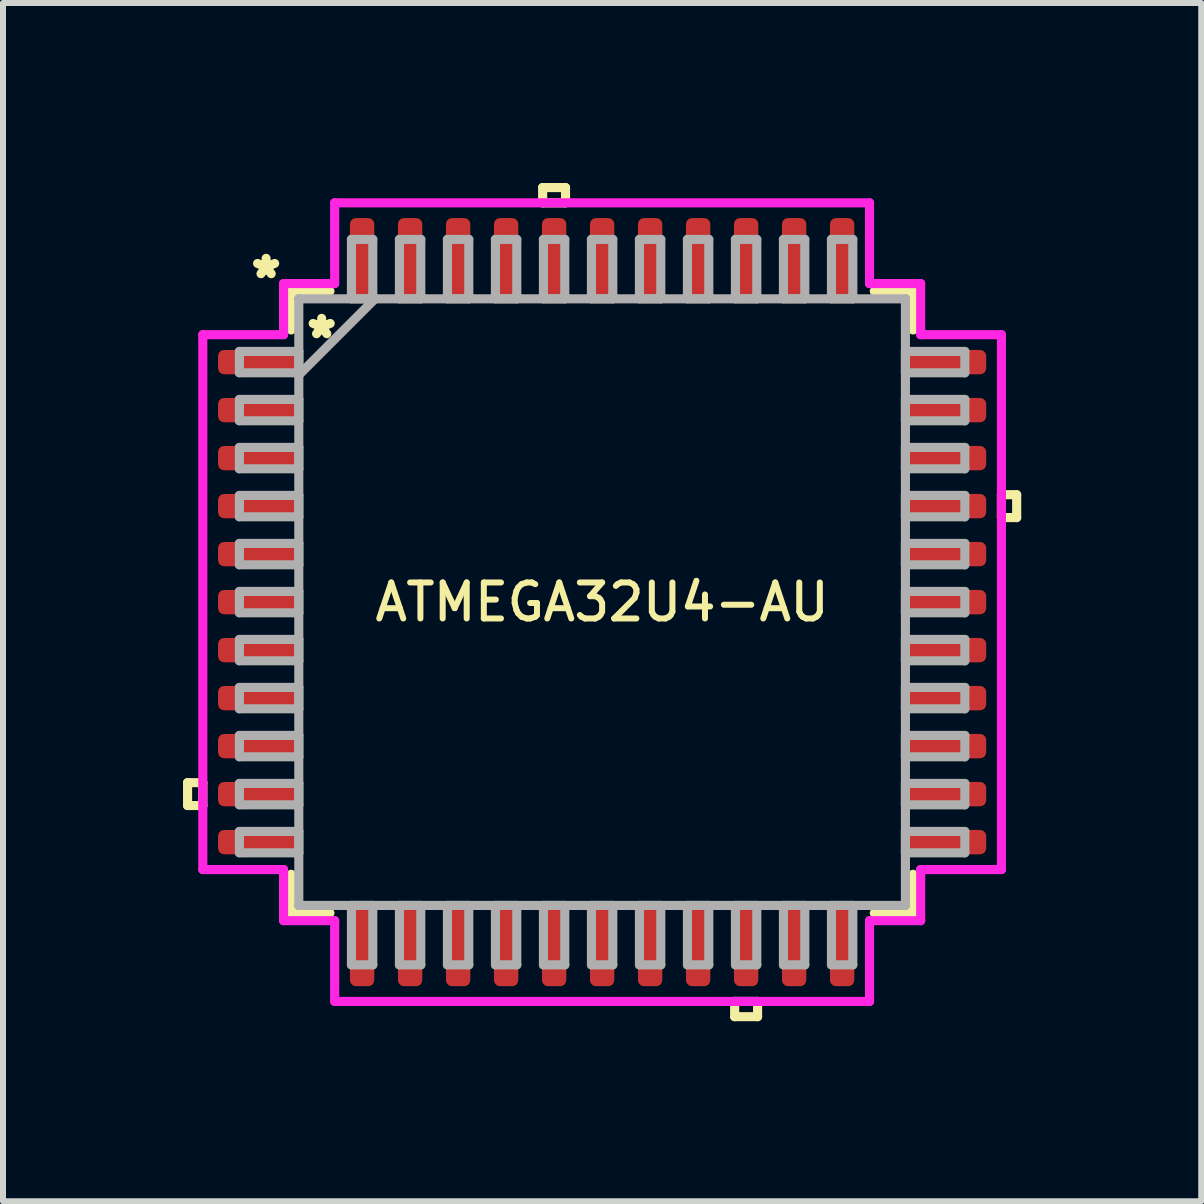
<source format=kicad_pcb>
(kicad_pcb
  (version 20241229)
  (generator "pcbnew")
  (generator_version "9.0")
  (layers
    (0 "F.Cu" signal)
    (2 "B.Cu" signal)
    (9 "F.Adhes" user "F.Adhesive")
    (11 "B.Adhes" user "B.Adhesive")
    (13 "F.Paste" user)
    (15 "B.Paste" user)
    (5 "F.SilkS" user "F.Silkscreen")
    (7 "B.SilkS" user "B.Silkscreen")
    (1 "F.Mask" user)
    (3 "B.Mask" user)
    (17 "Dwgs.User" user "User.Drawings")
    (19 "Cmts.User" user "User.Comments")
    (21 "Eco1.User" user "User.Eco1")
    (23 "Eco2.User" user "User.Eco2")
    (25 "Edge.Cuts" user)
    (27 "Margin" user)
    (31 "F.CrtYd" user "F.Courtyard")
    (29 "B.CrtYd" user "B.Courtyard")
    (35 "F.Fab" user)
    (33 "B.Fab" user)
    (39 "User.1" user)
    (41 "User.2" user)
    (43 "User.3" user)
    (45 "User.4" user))
  (footprint "ATMEGA32U4-AU"
    (layer "F.Cu")
    (at 6.985 6.985)
    (property "Reference" "ATMEGA32U4-AU" (at 0 0 0) (layer "F.SilkS") (effects (font (size 0.6 0.6) (thickness 0.1))))
    (attr smd)
    (fp_line (start -6.909 3.009) (end -6.909 3.39) (stroke (width 0.152) (type solid)) (layer "F.SilkS"))
    (fp_line (start -6.909 3.39) (end -6.655 3.39) (stroke (width 0.152) (type solid)) (layer "F.SilkS"))
    (fp_line (start -6.655 3.009) (end -6.909 3.009) (stroke (width 0.152) (type solid)) (layer "F.SilkS"))
    (fp_line (start -6.655 3.39) (end -6.655 3.009) (stroke (width 0.152) (type solid)) (layer "F.SilkS"))
    (fp_line (start -5.182 -5.182) (end -5.182 -4.536) (stroke (width 0.152) (type solid)) (layer "F.SilkS"))
    (fp_line (start -5.182 4.536) (end -5.182 5.182) (stroke (width 0.152) (type solid)) (layer "F.SilkS"))
    (fp_line (start -5.182 5.182) (end -4.536 5.182) (stroke (width 0.152) (type solid)) (layer "F.SilkS"))
    (fp_line (start -4.536 -5.182) (end -5.182 -5.182) (stroke (width 0.152) (type solid)) (layer "F.SilkS"))
    (fp_line (start -0.991 -6.909) (end -0.61 -6.909) (stroke (width 0.152) (type solid)) (layer "F.SilkS"))
    (fp_line (start -0.991 -6.655) (end -0.991 -6.909) (stroke (width 0.152) (type solid)) (layer "F.SilkS"))
    (fp_line (start -0.61 -6.909) (end -0.61 -6.655) (stroke (width 0.152) (type solid)) (layer "F.SilkS"))
    (fp_line (start -0.61 -6.655) (end -0.991 -6.655) (stroke (width 0.152) (type solid)) (layer "F.SilkS"))
    (fp_line (start 2.209 6.655) (end 2.209 6.909) (stroke (width 0.152) (type solid)) (layer "F.SilkS"))
    (fp_line (start 2.209 6.909) (end 2.591 6.909) (stroke (width 0.152) (type solid)) (layer "F.SilkS"))
    (fp_line (start 2.591 6.655) (end 2.209 6.655) (stroke (width 0.152) (type solid)) (layer "F.SilkS"))
    (fp_line (start 2.591 6.909) (end 2.591 6.655) (stroke (width 0.152) (type solid)) (layer "F.SilkS"))
    (fp_line (start 4.536 5.182) (end 5.182 5.182) (stroke (width 0.152) (type solid)) (layer "F.SilkS"))
    (fp_line (start 5.182 -5.182) (end 4.536 -5.182) (stroke (width 0.152) (type solid)) (layer "F.SilkS"))
    (fp_line (start 5.182 -4.536) (end 5.182 -5.182) (stroke (width 0.152) (type solid)) (layer "F.SilkS"))
    (fp_line (start 5.182 5.182) (end 5.182 4.536) (stroke (width 0.152) (type solid)) (layer "F.SilkS"))
    (fp_line (start 6.655 -1.79) (end 6.909 -1.79) (stroke (width 0.152) (type solid)) (layer "F.SilkS"))
    (fp_line (start 6.655 -1.409) (end 6.655 -1.79) (stroke (width 0.152) (type solid)) (layer "F.SilkS"))
    (fp_line (start 6.909 -1.79) (end 6.909 -1.409) (stroke (width 0.152) (type solid)) (layer "F.SilkS"))
    (fp_line (start 6.909 -1.409) (end 6.655 -1.409) (stroke (width 0.152) (type solid)) (layer "F.SilkS"))
    (fp_line (start -6.655 -4.457) (end -5.309 -4.457) (stroke (width 0.152) (type solid)) (layer "F.CrtYd"))
    (fp_line (start -6.655 4.457) (end -6.655 -4.457) (stroke (width 0.152) (type solid)) (layer "F.CrtYd"))
    (fp_line (start -5.309 -5.309) (end -4.457 -5.309) (stroke (width 0.152) (type solid)) (layer "F.CrtYd"))
    (fp_line (start -5.309 -4.457) (end -5.309 -5.309) (stroke (width 0.152) (type solid)) (layer "F.CrtYd"))
    (fp_line (start -5.309 4.457) (end -6.655 4.457) (stroke (width 0.152) (type solid)) (layer "F.CrtYd"))
    (fp_line (start -5.309 5.309) (end -5.309 4.457) (stroke (width 0.152) (type solid)) (layer "F.CrtYd"))
    (fp_line (start -4.457 -6.655) (end 4.457 -6.655) (stroke (width 0.152) (type solid)) (layer "F.CrtYd"))
    (fp_line (start -4.457 -5.309) (end -4.457 -6.655) (stroke (width 0.152) (type solid)) (layer "F.CrtYd"))
    (fp_line (start -4.457 5.309) (end -5.309 5.309) (stroke (width 0.152) (type solid)) (layer "F.CrtYd"))
    (fp_line (start -4.457 6.655) (end -4.457 5.309) (stroke (width 0.152) (type solid)) (layer "F.CrtYd"))
    (fp_line (start 4.457 -6.655) (end 4.457 -5.309) (stroke (width 0.152) (type solid)) (layer "F.CrtYd"))
    (fp_line (start 4.457 -5.309) (end 5.309 -5.309) (stroke (width 0.152) (type solid)) (layer "F.CrtYd"))
    (fp_line (start 4.457 5.309) (end 4.457 6.655) (stroke (width 0.152) (type solid)) (layer "F.CrtYd"))
    (fp_line (start 4.457 6.655) (end -4.457 6.655) (stroke (width 0.152) (type solid)) (layer "F.CrtYd"))
    (fp_line (start 5.309 -5.309) (end 5.309 -4.457) (stroke (width 0.152) (type solid)) (layer "F.CrtYd"))
    (fp_line (start 5.309 -4.457) (end 6.655 -4.457) (stroke (width 0.152) (type solid)) (layer "F.CrtYd"))
    (fp_line (start 5.309 4.457) (end 5.309 5.309) (stroke (width 0.152) (type solid)) (layer "F.CrtYd"))
    (fp_line (start 5.309 5.309) (end 4.457 5.309) (stroke (width 0.152) (type solid)) (layer "F.CrtYd"))
    (fp_line (start 6.655 -4.457) (end 6.655 4.457) (stroke (width 0.152) (type solid)) (layer "F.CrtYd"))
    (fp_line (start 6.655 4.457) (end 5.309 4.457) (stroke (width 0.152) (type solid)) (layer "F.CrtYd"))
    (fp_line (start -6.045 -4.178) (end -6.045 -3.822) (stroke (width 0.152) (type solid)) (layer "F.Fab"))
    (fp_line (start -6.045 -3.822) (end -5.055 -3.822) (stroke (width 0.152) (type solid)) (layer "F.Fab"))
    (fp_line (start -6.045 -3.378) (end -6.045 -3.022) (stroke (width 0.152) (type solid)) (layer "F.Fab"))
    (fp_line (start -6.045 -3.022) (end -5.055 -3.022) (stroke (width 0.152) (type solid)) (layer "F.Fab"))
    (fp_line (start -6.045 -2.578) (end -6.045 -2.222) (stroke (width 0.152) (type solid)) (layer "F.Fab"))
    (fp_line (start -6.045 -2.222) (end -5.055 -2.222) (stroke (width 0.152) (type solid)) (layer "F.Fab"))
    (fp_line (start -6.045 -1.778) (end -6.045 -1.422) (stroke (width 0.152) (type solid)) (layer "F.Fab"))
    (fp_line (start -6.045 -1.422) (end -5.055 -1.422) (stroke (width 0.152) (type solid)) (layer "F.Fab"))
    (fp_line (start -6.045 -0.978) (end -6.045 -0.622) (stroke (width 0.152) (type solid)) (layer "F.Fab"))
    (fp_line (start -6.045 -0.622) (end -5.055 -0.622) (stroke (width 0.152) (type solid)) (layer "F.Fab"))
    (fp_line (start -6.045 -0.178) (end -6.045 0.178) (stroke (width 0.152) (type solid)) (layer "F.Fab"))
    (fp_line (start -6.045 0.178) (end -5.055 0.178) (stroke (width 0.152) (type solid)) (layer "F.Fab"))
    (fp_line (start -6.045 0.622) (end -6.045 0.978) (stroke (width 0.152) (type solid)) (layer "F.Fab"))
    (fp_line (start -6.045 0.978) (end -5.055 0.978) (stroke (width 0.152) (type solid)) (layer "F.Fab"))
    (fp_line (start -6.045 1.422) (end -6.045 1.778) (stroke (width 0.152) (type solid)) (layer "F.Fab"))
    (fp_line (start -6.045 1.778) (end -5.055 1.778) (stroke (width 0.152) (type solid)) (layer "F.Fab"))
    (fp_line (start -6.045 2.222) (end -6.045 2.578) (stroke (width 0.152) (type solid)) (layer "F.Fab"))
    (fp_line (start -6.045 2.578) (end -5.055 2.578) (stroke (width 0.152) (type solid)) (layer "F.Fab"))
    (fp_line (start -6.045 3.022) (end -6.045 3.378) (stroke (width 0.152) (type solid)) (layer "F.Fab"))
    (fp_line (start -6.045 3.378) (end -5.055 3.378) (stroke (width 0.152) (type solid)) (layer "F.Fab"))
    (fp_line (start -6.045 3.822) (end -6.045 4.178) (stroke (width 0.152) (type solid)) (layer "F.Fab"))
    (fp_line (start -6.045 4.178) (end -5.055 4.178) (stroke (width 0.152) (type solid)) (layer "F.Fab"))
    (fp_line (start -5.055 -5.055) (end -5.055 -5.055) (stroke (width 0.152) (type solid)) (layer "F.Fab"))
    (fp_line (start -5.055 -5.055) (end -5.055 5.055) (stroke (width 0.152) (type solid)) (layer "F.Fab"))
    (fp_line (start -5.055 -4.178) (end -6.045 -4.178) (stroke (width 0.152) (type solid)) (layer "F.Fab"))
    (fp_line (start -5.055 -3.822) (end -5.055 -4.178) (stroke (width 0.152) (type solid)) (layer "F.Fab"))
    (fp_line (start -5.055 -3.785) (end -3.785 -5.055) (stroke (width 0.152) (type solid)) (layer "F.Fab"))
    (fp_line (start -5.055 -3.378) (end -6.045 -3.378) (stroke (width 0.152) (type solid)) (layer "F.Fab"))
    (fp_line (start -5.055 -3.022) (end -5.055 -3.378) (stroke (width 0.152) (type solid)) (layer "F.Fab"))
    (fp_line (start -5.055 -2.578) (end -6.045 -2.578) (stroke (width 0.152) (type solid)) (layer "F.Fab"))
    (fp_line (start -5.055 -2.222) (end -5.055 -2.578) (stroke (width 0.152) (type solid)) (layer "F.Fab"))
    (fp_line (start -5.055 -1.778) (end -6.045 -1.778) (stroke (width 0.152) (type solid)) (layer "F.Fab"))
    (fp_line (start -5.055 -1.422) (end -5.055 -1.778) (stroke (width 0.152) (type solid)) (layer "F.Fab"))
    (fp_line (start -5.055 -0.978) (end -6.045 -0.978) (stroke (width 0.152) (type solid)) (layer "F.Fab"))
    (fp_line (start -5.055 -0.622) (end -5.055 -0.978) (stroke (width 0.152) (type solid)) (layer "F.Fab"))
    (fp_line (start -5.055 -0.178) (end -6.045 -0.178) (stroke (width 0.152) (type solid)) (layer "F.Fab"))
    (fp_line (start -5.055 0.178) (end -5.055 -0.178) (stroke (width 0.152) (type solid)) (layer "F.Fab"))
    (fp_line (start -5.055 0.622) (end -6.045 0.622) (stroke (width 0.152) (type solid)) (layer "F.Fab"))
    (fp_line (start -5.055 0.978) (end -5.055 0.622) (stroke (width 0.152) (type solid)) (layer "F.Fab"))
    (fp_line (start -5.055 1.422) (end -6.045 1.422) (stroke (width 0.152) (type solid)) (layer "F.Fab"))
    (fp_line (start -5.055 1.778) (end -5.055 1.422) (stroke (width 0.152) (type solid)) (layer "F.Fab"))
    (fp_line (start -5.055 2.222) (end -6.045 2.222) (stroke (width 0.152) (type solid)) (layer "F.Fab"))
    (fp_line (start -5.055 2.578) (end -5.055 2.222) (stroke (width 0.152) (type solid)) (layer "F.Fab"))
    (fp_line (start -5.055 3.022) (end -6.045 3.022) (stroke (width 0.152) (type solid)) (layer "F.Fab"))
    (fp_line (start -5.055 3.378) (end -5.055 3.022) (stroke (width 0.152) (type solid)) (layer "F.Fab"))
    (fp_line (start -5.055 3.822) (end -6.045 3.822) (stroke (width 0.152) (type solid)) (layer "F.Fab"))
    (fp_line (start -5.055 4.178) (end -5.055 3.822) (stroke (width 0.152) (type solid)) (layer "F.Fab"))
    (fp_line (start -5.055 5.055) (end -5.055 5.055) (stroke (width 0.152) (type solid)) (layer "F.Fab"))
    (fp_line (start -5.055 5.055) (end 5.055 5.055) (stroke (width 0.152) (type solid)) (layer "F.Fab"))
    (fp_line (start -4.178 5.055) (end -4.178 6.045) (stroke (width 0.152) (type solid)) (layer "F.Fab"))
    (fp_line (start -4.178 6.045) (end -3.822 6.045) (stroke (width 0.152) (type solid)) (layer "F.Fab"))
    (fp_line (start -4.178 -6.045) (end -4.178 -5.055) (stroke (width 0.152) (type solid)) (layer "F.Fab"))
    (fp_line (start -4.178 -5.055) (end -3.822 -5.055) (stroke (width 0.152) (type solid)) (layer "F.Fab"))
    (fp_line (start -3.822 5.055) (end -4.178 5.055) (stroke (width 0.152) (type solid)) (layer "F.Fab"))
    (fp_line (start -3.822 6.045) (end -3.822 5.055) (stroke (width 0.152) (type solid)) (layer "F.Fab"))
    (fp_line (start -3.822 -6.045) (end -4.178 -6.045) (stroke (width 0.152) (type solid)) (layer "F.Fab"))
    (fp_line (start -3.822 -5.055) (end -3.822 -6.045) (stroke (width 0.152) (type solid)) (layer "F.Fab"))
    (fp_line (start -3.378 -6.045) (end -3.378 -5.055) (stroke (width 0.152) (type solid)) (layer "F.Fab"))
    (fp_line (start -3.378 -5.055) (end -3.022 -5.055) (stroke (width 0.152) (type solid)) (layer "F.Fab"))
    (fp_line (start -3.378 5.055) (end -3.378 6.045) (stroke (width 0.152) (type solid)) (layer "F.Fab"))
    (fp_line (start -3.378 6.045) (end -3.022 6.045) (stroke (width 0.152) (type solid)) (layer "F.Fab"))
    (fp_line (start -3.022 -6.045) (end -3.378 -6.045) (stroke (width 0.152) (type solid)) (layer "F.Fab"))
    (fp_line (start -3.022 -5.055) (end -3.022 -6.045) (stroke (width 0.152) (type solid)) (layer "F.Fab"))
    (fp_line (start -3.022 5.055) (end -3.378 5.055) (stroke (width 0.152) (type solid)) (layer "F.Fab"))
    (fp_line (start -3.022 6.045) (end -3.022 5.055) (stroke (width 0.152) (type solid)) (layer "F.Fab"))
    (fp_line (start -2.578 -6.045) (end -2.578 -5.055) (stroke (width 0.152) (type solid)) (layer "F.Fab"))
    (fp_line (start -2.578 -5.055) (end -2.222 -5.055) (stroke (width 0.152) (type solid)) (layer "F.Fab"))
    (fp_line (start -2.578 5.055) (end -2.578 6.045) (stroke (width 0.152) (type solid)) (layer "F.Fab"))
    (fp_line (start -2.578 6.045) (end -2.222 6.045) (stroke (width 0.152) (type solid)) (layer "F.Fab"))
    (fp_line (start -2.222 -6.045) (end -2.578 -6.045) (stroke (width 0.152) (type solid)) (layer "F.Fab"))
    (fp_line (start -2.222 -5.055) (end -2.222 -6.045) (stroke (width 0.152) (type solid)) (layer "F.Fab"))
    (fp_line (start -2.222 5.055) (end -2.578 5.055) (stroke (width 0.152) (type solid)) (layer "F.Fab"))
    (fp_line (start -2.222 6.045) (end -2.222 5.055) (stroke (width 0.152) (type solid)) (layer "F.Fab"))
    (fp_line (start -1.778 -6.045) (end -1.778 -5.055) (stroke (width 0.152) (type solid)) (layer "F.Fab"))
    (fp_line (start -1.778 -5.055) (end -1.422 -5.055) (stroke (width 0.152) (type solid)) (layer "F.Fab"))
    (fp_line (start -1.778 5.055) (end -1.778 6.045) (stroke (width 0.152) (type solid)) (layer "F.Fab"))
    (fp_line (start -1.778 6.045) (end -1.422 6.045) (stroke (width 0.152) (type solid)) (layer "F.Fab"))
    (fp_line (start -1.422 -6.045) (end -1.778 -6.045) (stroke (width 0.152) (type solid)) (layer "F.Fab"))
    (fp_line (start -1.422 -5.055) (end -1.422 -6.045) (stroke (width 0.152) (type solid)) (layer "F.Fab"))
    (fp_line (start -1.422 5.055) (end -1.778 5.055) (stroke (width 0.152) (type solid)) (layer "F.Fab"))
    (fp_line (start -1.422 6.045) (end -1.422 5.055) (stroke (width 0.152) (type solid)) (layer "F.Fab"))
    (fp_line (start -0.978 -6.045) (end -0.978 -5.055) (stroke (width 0.152) (type solid)) (layer "F.Fab"))
    (fp_line (start -0.978 -5.055) (end -0.622 -5.055) (stroke (width 0.152) (type solid)) (layer "F.Fab"))
    (fp_line (start -0.978 5.055) (end -0.978 6.045) (stroke (width 0.152) (type solid)) (layer "F.Fab"))
    (fp_line (start -0.978 6.045) (end -0.622 6.045) (stroke (width 0.152) (type solid)) (layer "F.Fab"))
    (fp_line (start -0.622 -6.045) (end -0.978 -6.045) (stroke (width 0.152) (type solid)) (layer "F.Fab"))
    (fp_line (start -0.622 -5.055) (end -0.622 -6.045) (stroke (width 0.152) (type solid)) (layer "F.Fab"))
    (fp_line (start -0.622 5.055) (end -0.978 5.055) (stroke (width 0.152) (type solid)) (layer "F.Fab"))
    (fp_line (start -0.622 6.045) (end -0.622 5.055) (stroke (width 0.152) (type solid)) (layer "F.Fab"))
    (fp_line (start -0.178 -6.045) (end -0.178 -5.055) (stroke (width 0.152) (type solid)) (layer "F.Fab"))
    (fp_line (start -0.178 -5.055) (end 0.178 -5.055) (stroke (width 0.152) (type solid)) (layer "F.Fab"))
    (fp_line (start -0.178 5.055) (end -0.178 6.045) (stroke (width 0.152) (type solid)) (layer "F.Fab"))
    (fp_line (start -0.178 6.045) (end 0.178 6.045) (stroke (width 0.152) (type solid)) (layer "F.Fab"))
    (fp_line (start 0.178 -6.045) (end -0.178 -6.045) (stroke (width 0.152) (type solid)) (layer "F.Fab"))
    (fp_line (start 0.178 -5.055) (end 0.178 -6.045) (stroke (width 0.152) (type solid)) (layer "F.Fab"))
    (fp_line (start 0.178 5.055) (end -0.178 5.055) (stroke (width 0.152) (type solid)) (layer "F.Fab"))
    (fp_line (start 0.178 6.045) (end 0.178 5.055) (stroke (width 0.152) (type solid)) (layer "F.Fab"))
    (fp_line (start 0.622 -6.045) (end 0.622 -5.055) (stroke (width 0.152) (type solid)) (layer "F.Fab"))
    (fp_line (start 0.622 -5.055) (end 0.978 -5.055) (stroke (width 0.152) (type solid)) (layer "F.Fab"))
    (fp_line (start 0.622 5.055) (end 0.622 6.045) (stroke (width 0.152) (type solid)) (layer "F.Fab"))
    (fp_line (start 0.622 6.045) (end 0.978 6.045) (stroke (width 0.152) (type solid)) (layer "F.Fab"))
    (fp_line (start 0.978 -6.045) (end 0.622 -6.045) (stroke (width 0.152) (type solid)) (layer "F.Fab"))
    (fp_line (start 0.978 -5.055) (end 0.978 -6.045) (stroke (width 0.152) (type solid)) (layer "F.Fab"))
    (fp_line (start 0.978 5.055) (end 0.622 5.055) (stroke (width 0.152) (type solid)) (layer "F.Fab"))
    (fp_line (start 0.978 6.045) (end 0.978 5.055) (stroke (width 0.152) (type solid)) (layer "F.Fab"))
    (fp_line (start 1.422 -6.045) (end 1.422 -5.055) (stroke (width 0.152) (type solid)) (layer "F.Fab"))
    (fp_line (start 1.422 -5.055) (end 1.778 -5.055) (stroke (width 0.152) (type solid)) (layer "F.Fab"))
    (fp_line (start 1.422 5.055) (end 1.422 6.045) (stroke (width 0.152) (type solid)) (layer "F.Fab"))
    (fp_line (start 1.422 6.045) (end 1.778 6.045) (stroke (width 0.152) (type solid)) (layer "F.Fab"))
    (fp_line (start 1.778 -6.045) (end 1.422 -6.045) (stroke (width 0.152) (type solid)) (layer "F.Fab"))
    (fp_line (start 1.778 -5.055) (end 1.778 -6.045) (stroke (width 0.152) (type solid)) (layer "F.Fab"))
    (fp_line (start 1.778 5.055) (end 1.422 5.055) (stroke (width 0.152) (type solid)) (layer "F.Fab"))
    (fp_line (start 1.778 6.045) (end 1.778 5.055) (stroke (width 0.152) (type solid)) (layer "F.Fab"))
    (fp_line (start 2.222 -6.045) (end 2.222 -5.055) (stroke (width 0.152) (type solid)) (layer "F.Fab"))
    (fp_line (start 2.222 -5.055) (end 2.578 -5.055) (stroke (width 0.152) (type solid)) (layer "F.Fab"))
    (fp_line (start 2.222 5.055) (end 2.222 6.045) (stroke (width 0.152) (type solid)) (layer "F.Fab"))
    (fp_line (start 2.222 6.045) (end 2.578 6.045) (stroke (width 0.152) (type solid)) (layer "F.Fab"))
    (fp_line (start 2.578 -6.045) (end 2.222 -6.045) (stroke (width 0.152) (type solid)) (layer "F.Fab"))
    (fp_line (start 2.578 -5.055) (end 2.578 -6.045) (stroke (width 0.152) (type solid)) (layer "F.Fab"))
    (fp_line (start 2.578 5.055) (end 2.222 5.055) (stroke (width 0.152) (type solid)) (layer "F.Fab"))
    (fp_line (start 2.578 6.045) (end 2.578 5.055) (stroke (width 0.152) (type solid)) (layer "F.Fab"))
    (fp_line (start 3.022 -6.045) (end 3.022 -5.055) (stroke (width 0.152) (type solid)) (layer "F.Fab"))
    (fp_line (start 3.022 -5.055) (end 3.378 -5.055) (stroke (width 0.152) (type solid)) (layer "F.Fab"))
    (fp_line (start 3.022 5.055) (end 3.022 6.045) (stroke (width 0.152) (type solid)) (layer "F.Fab"))
    (fp_line (start 3.022 6.045) (end 3.378 6.045) (stroke (width 0.152) (type solid)) (layer "F.Fab"))
    (fp_line (start 3.378 -6.045) (end 3.022 -6.045) (stroke (width 0.152) (type solid)) (layer "F.Fab"))
    (fp_line (start 3.378 -5.055) (end 3.378 -6.045) (stroke (width 0.152) (type solid)) (layer "F.Fab"))
    (fp_line (start 3.378 5.055) (end 3.022 5.055) (stroke (width 0.152) (type solid)) (layer "F.Fab"))
    (fp_line (start 3.378 6.045) (end 3.378 5.055) (stroke (width 0.152) (type solid)) (layer "F.Fab"))
    (fp_line (start 3.822 5.055) (end 3.822 6.045) (stroke (width 0.152) (type solid)) (layer "F.Fab"))
    (fp_line (start 3.822 6.045) (end 4.178 6.045) (stroke (width 0.152) (type solid)) (layer "F.Fab"))
    (fp_line (start 3.822 -6.045) (end 3.822 -5.055) (stroke (width 0.152) (type solid)) (layer "F.Fab"))
    (fp_line (start 3.822 -5.055) (end 4.178 -5.055) (stroke (width 0.152) (type solid)) (layer "F.Fab"))
    (fp_line (start 4.178 5.055) (end 3.822 5.055) (stroke (width 0.152) (type solid)) (layer "F.Fab"))
    (fp_line (start 4.178 6.045) (end 4.178 5.055) (stroke (width 0.152) (type solid)) (layer "F.Fab"))
    (fp_line (start 4.178 -6.045) (end 3.822 -6.045) (stroke (width 0.152) (type solid)) (layer "F.Fab"))
    (fp_line (start 4.178 -5.055) (end 4.178 -6.045) (stroke (width 0.152) (type solid)) (layer "F.Fab"))
    (fp_line (start 5.055 -5.055) (end -5.055 -5.055) (stroke (width 0.152) (type solid)) (layer "F.Fab"))
    (fp_line (start 5.055 -5.055) (end 5.055 -5.055) (stroke (width 0.152) (type solid)) (layer "F.Fab"))
    (fp_line (start 5.055 -4.178) (end 5.055 -3.822) (stroke (width 0.152) (type solid)) (layer "F.Fab"))
    (fp_line (start 5.055 -3.822) (end 6.045 -3.822) (stroke (width 0.152) (type solid)) (layer "F.Fab"))
    (fp_line (start 5.055 -3.378) (end 5.055 -3.022) (stroke (width 0.152) (type solid)) (layer "F.Fab"))
    (fp_line (start 5.055 -3.022) (end 6.045 -3.022) (stroke (width 0.152) (type solid)) (layer "F.Fab"))
    (fp_line (start 5.055 -2.578) (end 5.055 -2.222) (stroke (width 0.152) (type solid)) (layer "F.Fab"))
    (fp_line (start 5.055 -2.222) (end 6.045 -2.222) (stroke (width 0.152) (type solid)) (layer "F.Fab"))
    (fp_line (start 5.055 -1.778) (end 5.055 -1.422) (stroke (width 0.152) (type solid)) (layer "F.Fab"))
    (fp_line (start 5.055 -1.422) (end 6.045 -1.422) (stroke (width 0.152) (type solid)) (layer "F.Fab"))
    (fp_line (start 5.055 -0.978) (end 5.055 -0.622) (stroke (width 0.152) (type solid)) (layer "F.Fab"))
    (fp_line (start 5.055 -0.622) (end 6.045 -0.622) (stroke (width 0.152) (type solid)) (layer "F.Fab"))
    (fp_line (start 5.055 -0.178) (end 5.055 0.178) (stroke (width 0.152) (type solid)) (layer "F.Fab"))
    (fp_line (start 5.055 0.178) (end 6.045 0.178) (stroke (width 0.152) (type solid)) (layer "F.Fab"))
    (fp_line (start 5.055 0.622) (end 5.055 0.978) (stroke (width 0.152) (type solid)) (layer "F.Fab"))
    (fp_line (start 5.055 0.978) (end 6.045 0.978) (stroke (width 0.152) (type solid)) (layer "F.Fab"))
    (fp_line (start 5.055 1.422) (end 5.055 1.778) (stroke (width 0.152) (type solid)) (layer "F.Fab"))
    (fp_line (start 5.055 1.778) (end 6.045 1.778) (stroke (width 0.152) (type solid)) (layer "F.Fab"))
    (fp_line (start 5.055 2.222) (end 5.055 2.578) (stroke (width 0.152) (type solid)) (layer "F.Fab"))
    (fp_line (start 5.055 2.578) (end 6.045 2.578) (stroke (width 0.152) (type solid)) (layer "F.Fab"))
    (fp_line (start 5.055 3.022) (end 5.055 3.378) (stroke (width 0.152) (type solid)) (layer "F.Fab"))
    (fp_line (start 5.055 3.378) (end 6.045 3.378) (stroke (width 0.152) (type solid)) (layer "F.Fab"))
    (fp_line (start 5.055 3.822) (end 5.055 4.178) (stroke (width 0.152) (type solid)) (layer "F.Fab"))
    (fp_line (start 5.055 4.178) (end 6.045 4.178) (stroke (width 0.152) (type solid)) (layer "F.Fab"))
    (fp_line (start 5.055 5.055) (end 5.055 -5.055) (stroke (width 0.152) (type solid)) (layer "F.Fab"))
    (fp_line (start 5.055 5.055) (end 5.055 5.055) (stroke (width 0.152) (type solid)) (layer "F.Fab"))
    (fp_line (start 6.045 -4.178) (end 5.055 -4.178) (stroke (width 0.152) (type solid)) (layer "F.Fab"))
    (fp_line (start 6.045 -3.822) (end 6.045 -4.178) (stroke (width 0.152) (type solid)) (layer "F.Fab"))
    (fp_line (start 6.045 -3.378) (end 5.055 -3.378) (stroke (width 0.152) (type solid)) (layer "F.Fab"))
    (fp_line (start 6.045 -3.022) (end 6.045 -3.378) (stroke (width 0.152) (type solid)) (layer "F.Fab"))
    (fp_line (start 6.045 -2.578) (end 5.055 -2.578) (stroke (width 0.152) (type solid)) (layer "F.Fab"))
    (fp_line (start 6.045 -2.222) (end 6.045 -2.578) (stroke (width 0.152) (type solid)) (layer "F.Fab"))
    (fp_line (start 6.045 -1.778) (end 5.055 -1.778) (stroke (width 0.152) (type solid)) (layer "F.Fab"))
    (fp_line (start 6.045 -1.422) (end 6.045 -1.778) (stroke (width 0.152) (type solid)) (layer "F.Fab"))
    (fp_line (start 6.045 -0.978) (end 5.055 -0.978) (stroke (width 0.152) (type solid)) (layer "F.Fab"))
    (fp_line (start 6.045 -0.622) (end 6.045 -0.978) (stroke (width 0.152) (type solid)) (layer "F.Fab"))
    (fp_line (start 6.045 -0.178) (end 5.055 -0.178) (stroke (width 0.152) (type solid)) (layer "F.Fab"))
    (fp_line (start 6.045 0.178) (end 6.045 -0.178) (stroke (width 0.152) (type solid)) (layer "F.Fab"))
    (fp_line (start 6.045 0.622) (end 5.055 0.622) (stroke (width 0.152) (type solid)) (layer "F.Fab"))
    (fp_line (start 6.045 0.978) (end 6.045 0.622) (stroke (width 0.152) (type solid)) (layer "F.Fab"))
    (fp_line (start 6.045 1.422) (end 5.055 1.422) (stroke (width 0.152) (type solid)) (layer "F.Fab"))
    (fp_line (start 6.045 1.778) (end 6.045 1.422) (stroke (width 0.152) (type solid)) (layer "F.Fab"))
    (fp_line (start 6.045 2.222) (end 5.055 2.222) (stroke (width 0.152) (type solid)) (layer "F.Fab"))
    (fp_line (start 6.045 2.578) (end 6.045 2.222) (stroke (width 0.152) (type solid)) (layer "F.Fab"))
    (fp_line (start 6.045 3.022) (end 5.055 3.022) (stroke (width 0.152) (type solid)) (layer "F.Fab"))
    (fp_line (start 6.045 3.378) (end 6.045 3.022) (stroke (width 0.152) (type solid)) (layer "F.Fab"))
    (fp_line (start 6.045 3.822) (end 5.055 3.822) (stroke (width 0.152) (type solid)) (layer "F.Fab"))
    (fp_line (start 6.045 4.178) (end 6.045 3.822) (stroke (width 0.152) (type solid)) (layer "F.Fab"))
    (fp_text user "*" (at -4.674 -4.4 0) (layer "F.SilkS") (effects (font (size 0.6 0.6) (thickness 0.15))))
    (fp_text user "*" (at -5.6 -5.4 0) (layer "F.SilkS") (effects (font (size 0.6 0.6) (thickness 0.15))))
    (pad "1" smd roundrect (at -5.728 -4 90) (size 0.406 1.346) (layers "F.Cu" "F.Mask" "F.Paste") (roundrect_rratio 0.25))
    (pad "2" smd roundrect (at -5.728 -3.2 90) (size 0.406 1.346) (layers "F.Cu" "F.Mask" "F.Paste") (roundrect_rratio 0.25))
    (pad "3" smd roundrect (at -5.728 -2.4 90) (size 0.406 1.346) (layers "F.Cu" "F.Mask" "F.Paste") (roundrect_rratio 0.25))
    (pad "4" smd roundrect (at -5.728 -1.6 90) (size 0.406 1.346) (layers "F.Cu" "F.Mask" "F.Paste") (roundrect_rratio 0.25))
    (pad "5" smd roundrect (at -5.728 -0.8 90) (size 0.406 1.346) (layers "F.Cu" "F.Mask" "F.Paste") (roundrect_rratio 0.25))
    (pad "6" smd roundrect (at -5.728 0 90) (size 0.406 1.346) (layers "F.Cu" "F.Mask" "F.Paste") (roundrect_rratio 0.25))
    (pad "7" smd roundrect (at -5.728 0.8 90) (size 0.406 1.346) (layers "F.Cu" "F.Mask" "F.Paste") (roundrect_rratio 0.25))
    (pad "8" smd roundrect (at -5.728 1.6 90) (size 0.406 1.346) (layers "F.Cu" "F.Mask" "F.Paste") (roundrect_rratio 0.25))
    (pad "9" smd roundrect (at -5.728 2.4 90) (size 0.406 1.346) (layers "F.Cu" "F.Mask" "F.Paste") (roundrect_rratio 0.25))
    (pad "10" smd roundrect (at -5.728 3.2 90) (size 0.406 1.346) (layers "F.Cu" "F.Mask" "F.Paste") (roundrect_rratio 0.25))
    (pad "11" smd roundrect (at -5.728 4 90) (size 0.406 1.346) (layers "F.Cu" "F.Mask" "F.Paste") (roundrect_rratio 0.25))
    (pad "12" smd roundrect (at -4 5.728) (size 0.406 1.346) (layers "F.Cu" "F.Mask" "F.Paste") (roundrect_rratio 0.25))
    (pad "13" smd roundrect (at -3.2 5.728) (size 0.406 1.346) (layers "F.Cu" "F.Mask" "F.Paste") (roundrect_rratio 0.25))
    (pad "14" smd roundrect (at -2.4 5.728) (size 0.406 1.346) (layers "F.Cu" "F.Mask" "F.Paste") (roundrect_rratio 0.25))
    (pad "15" smd roundrect (at -1.6 5.728) (size 0.406 1.346) (layers "F.Cu" "F.Mask" "F.Paste") (roundrect_rratio 0.25))
    (pad "16" smd roundrect (at -0.8 5.728) (size 0.406 1.346) (layers "F.Cu" "F.Mask" "F.Paste") (roundrect_rratio 0.25))
    (pad "17" smd roundrect (at 0 5.728) (size 0.406 1.346) (layers "F.Cu" "F.Mask" "F.Paste") (roundrect_rratio 0.25))
    (pad "18" smd roundrect (at 0.8 5.728) (size 0.406 1.346) (layers "F.Cu" "F.Mask" "F.Paste") (roundrect_rratio 0.25))
    (pad "19" smd roundrect (at 1.6 5.728) (size 0.406 1.346) (layers "F.Cu" "F.Mask" "F.Paste") (roundrect_rratio 0.25))
    (pad "20" smd roundrect (at 2.4 5.728) (size 0.406 1.346) (layers "F.Cu" "F.Mask" "F.Paste") (roundrect_rratio 0.25))
    (pad "21" smd roundrect (at 3.2 5.728) (size 0.406 1.346) (layers "F.Cu" "F.Mask" "F.Paste") (roundrect_rratio 0.25))
    (pad "22" smd roundrect (at 4 5.728) (size 0.406 1.346) (layers "F.Cu" "F.Mask" "F.Paste") (roundrect_rratio 0.25))
    (pad "23" smd roundrect (at 5.728 4 90) (size 0.406 1.346) (layers "F.Cu" "F.Mask" "F.Paste") (roundrect_rratio 0.25))
    (pad "24" smd roundrect (at 5.728 3.2 90) (size 0.406 1.346) (layers "F.Cu" "F.Mask" "F.Paste") (roundrect_rratio 0.25))
    (pad "25" smd roundrect (at 5.728 2.4 90) (size 0.406 1.346) (layers "F.Cu" "F.Mask" "F.Paste") (roundrect_rratio 0.25))
    (pad "26" smd roundrect (at 5.728 1.6 90) (size 0.406 1.346) (layers "F.Cu" "F.Mask" "F.Paste") (roundrect_rratio 0.25))
    (pad "27" smd roundrect (at 5.728 0.8 90) (size 0.406 1.346) (layers "F.Cu" "F.Mask" "F.Paste") (roundrect_rratio 0.25))
    (pad "28" smd roundrect (at 5.728 0 90) (size 0.406 1.346) (layers "F.Cu" "F.Mask" "F.Paste") (roundrect_rratio 0.25))
    (pad "29" smd roundrect (at 5.728 -0.8 90) (size 0.406 1.346) (layers "F.Cu" "F.Mask" "F.Paste") (roundrect_rratio 0.25))
    (pad "30" smd roundrect (at 5.728 -1.6 90) (size 0.406 1.346) (layers "F.Cu" "F.Mask" "F.Paste") (roundrect_rratio 0.25))
    (pad "31" smd roundrect (at 5.728 -2.4 90) (size 0.406 1.346) (layers "F.Cu" "F.Mask" "F.Paste") (roundrect_rratio 0.25))
    (pad "32" smd roundrect (at 5.728 -3.2 90) (size 0.406 1.346) (layers "F.Cu" "F.Mask" "F.Paste") (roundrect_rratio 0.25))
    (pad "33" smd roundrect (at 5.728 -4 90) (size 0.406 1.346) (layers "F.Cu" "F.Mask" "F.Paste") (roundrect_rratio 0.25))
    (pad "34" smd roundrect (at 4 -5.728) (size 0.406 1.346) (layers "F.Cu" "F.Mask" "F.Paste") (roundrect_rratio 0.25))
    (pad "35" smd roundrect (at 3.2 -5.728) (size 0.406 1.346) (layers "F.Cu" "F.Mask" "F.Paste") (roundrect_rratio 0.25))
    (pad "36" smd roundrect (at 2.4 -5.728) (size 0.406 1.346) (layers "F.Cu" "F.Mask" "F.Paste") (roundrect_rratio 0.25))
    (pad "37" smd roundrect (at 1.6 -5.728) (size 0.406 1.346) (layers "F.Cu" "F.Mask" "F.Paste") (roundrect_rratio 0.25))
    (pad "38" smd roundrect (at 0.8 -5.728) (size 0.406 1.346) (layers "F.Cu" "F.Mask" "F.Paste") (roundrect_rratio 0.25))
    (pad "39" smd roundrect (at 0 -5.728) (size 0.406 1.346) (layers "F.Cu" "F.Mask" "F.Paste") (roundrect_rratio 0.25))
    (pad "40" smd roundrect (at -0.8 -5.728) (size 0.406 1.346) (layers "F.Cu" "F.Mask" "F.Paste") (roundrect_rratio 0.25))
    (pad "41" smd roundrect (at -1.6 -5.728) (size 0.406 1.346) (layers "F.Cu" "F.Mask" "F.Paste") (roundrect_rratio 0.25))
    (pad "42" smd roundrect (at -2.4 -5.728) (size 0.406 1.346) (layers "F.Cu" "F.Mask" "F.Paste") (roundrect_rratio 0.25))
    (pad "43" smd roundrect (at -3.2 -5.728) (size 0.406 1.346) (layers "F.Cu" "F.Mask" "F.Paste") (roundrect_rratio 0.25))
    (pad "44" smd roundrect (at -4 -5.728) (size 0.406 1.346) (layers "F.Cu" "F.Mask" "F.Paste") (roundrect_rratio 0.25)))
  (gr_rect
    (start -3 -3)
    (end 16.97 16.97)
    (stroke (width 0.1) (type default))
    (fill no)
    (layer "Edge.Cuts")))
</source>
